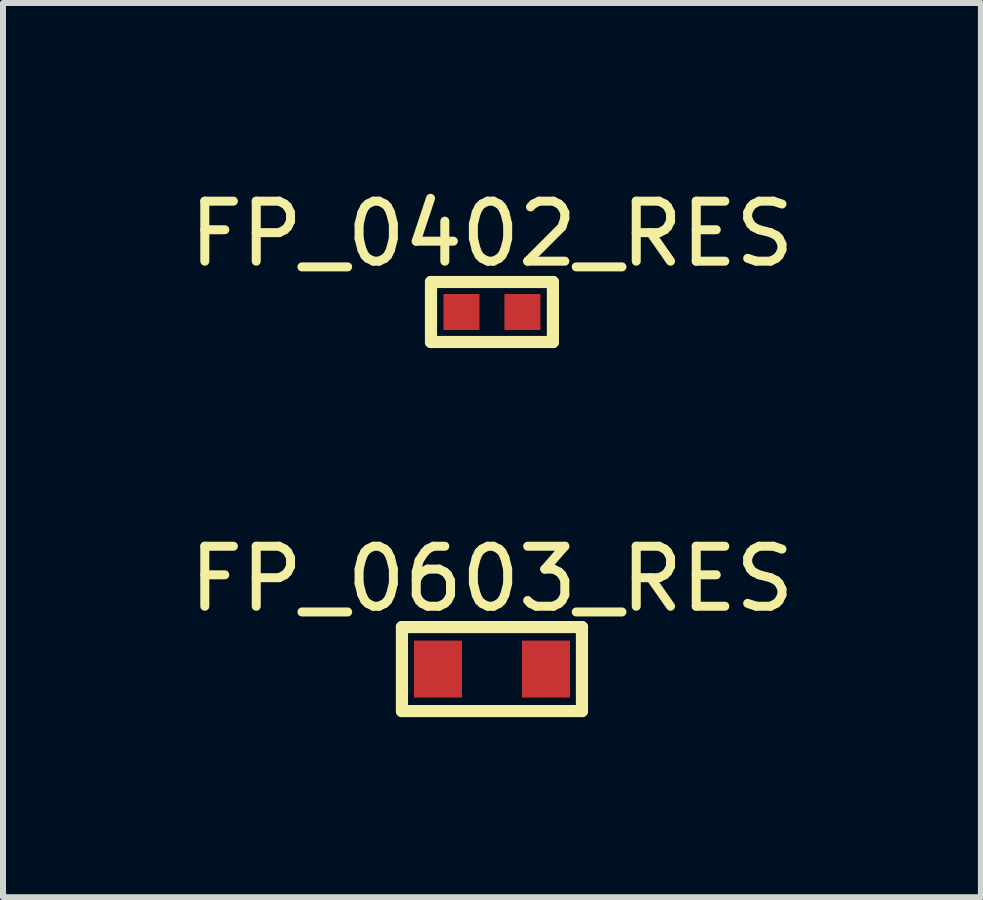
<source format=kicad_pcb>
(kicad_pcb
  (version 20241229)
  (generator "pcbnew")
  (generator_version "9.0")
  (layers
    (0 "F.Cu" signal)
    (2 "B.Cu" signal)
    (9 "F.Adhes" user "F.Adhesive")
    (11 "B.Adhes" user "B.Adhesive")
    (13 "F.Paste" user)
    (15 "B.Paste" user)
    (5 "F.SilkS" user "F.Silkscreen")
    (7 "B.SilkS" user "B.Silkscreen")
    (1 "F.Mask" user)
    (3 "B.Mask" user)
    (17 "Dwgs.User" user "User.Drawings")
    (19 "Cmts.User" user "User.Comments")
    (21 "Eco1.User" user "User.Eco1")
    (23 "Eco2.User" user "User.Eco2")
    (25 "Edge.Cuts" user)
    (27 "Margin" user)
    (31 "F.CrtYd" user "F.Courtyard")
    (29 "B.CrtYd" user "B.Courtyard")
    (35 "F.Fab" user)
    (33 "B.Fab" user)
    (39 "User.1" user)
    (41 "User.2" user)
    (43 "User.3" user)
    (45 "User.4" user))
  (footprint "FP_0603_RES"
    (layer "F.Cu")
    (at 5.149 8.101)
    (property "Reference" "FP_0603_RES" (at 0 -1.502 0) (layer "F.SilkS") (effects (font (size 1 1) (thickness 0.15))))
    (fp_line (start -1.5 -0.7) (end 1.5 -0.7) (stroke (width 0.203) (type solid)) (layer "F.SilkS"))
    (fp_line (start -1.5 0.7) (end -1.5 -0.7) (stroke (width 0.203) (type solid)) (layer "F.SilkS"))
    (fp_line (start -1.5 0.7) (end 1.5 0.7) (stroke (width 0.203) (type solid)) (layer "F.SilkS"))
    (fp_line (start 1.5 0.7) (end 1.5 -0.7) (stroke (width 0.203) (type solid)) (layer "F.SilkS"))
    (pad "1" smd rect (at -0.9 0) (size 0.8 0.95) (layers "F.Cu" "F.Mask" "F.Paste"))
    (pad "2" smd rect (at 0.9 0) (size 0.8 0.95) (layers "F.Cu" "F.Mask" "F.Paste")))
  (footprint "FP_0402_RES"
    (layer "F.Cu")
    (at 5.149 2.15)
    (property "Reference" "FP_0402_RES" (at 0 -1.302 0) (layer "F.SilkS") (effects (font (size 1 1) (thickness 0.15))))
    (fp_line (start -1.016 -0.5) (end 1.016 -0.5) (stroke (width 0.203) (type solid)) (layer "F.SilkS"))
    (fp_line (start -1.016 0.5) (end -1.016 -0.5) (stroke (width 0.203) (type solid)) (layer "F.SilkS"))
    (fp_line (start -1.016 0.5) (end 1.016 0.5) (stroke (width 0.203) (type solid)) (layer "F.SilkS"))
    (fp_line (start 1.016 0.5) (end 1.016 -0.5) (stroke (width 0.203) (type solid)) (layer "F.SilkS"))
    (pad "1" smd rect (at -0.508 0) (size 0.6 0.6) (layers "F.Cu" "F.Mask" "F.Paste"))
    (pad "2" smd rect (at 0.508 0) (size 0.6 0.6) (layers "F.Cu" "F.Mask" "F.Paste")))
  (gr_rect
    (start -3 -3)
    (end 13.298 11.903)
    (stroke (width 0.1) (type default))
    (fill no)
    (layer "Edge.Cuts")))
</source>
